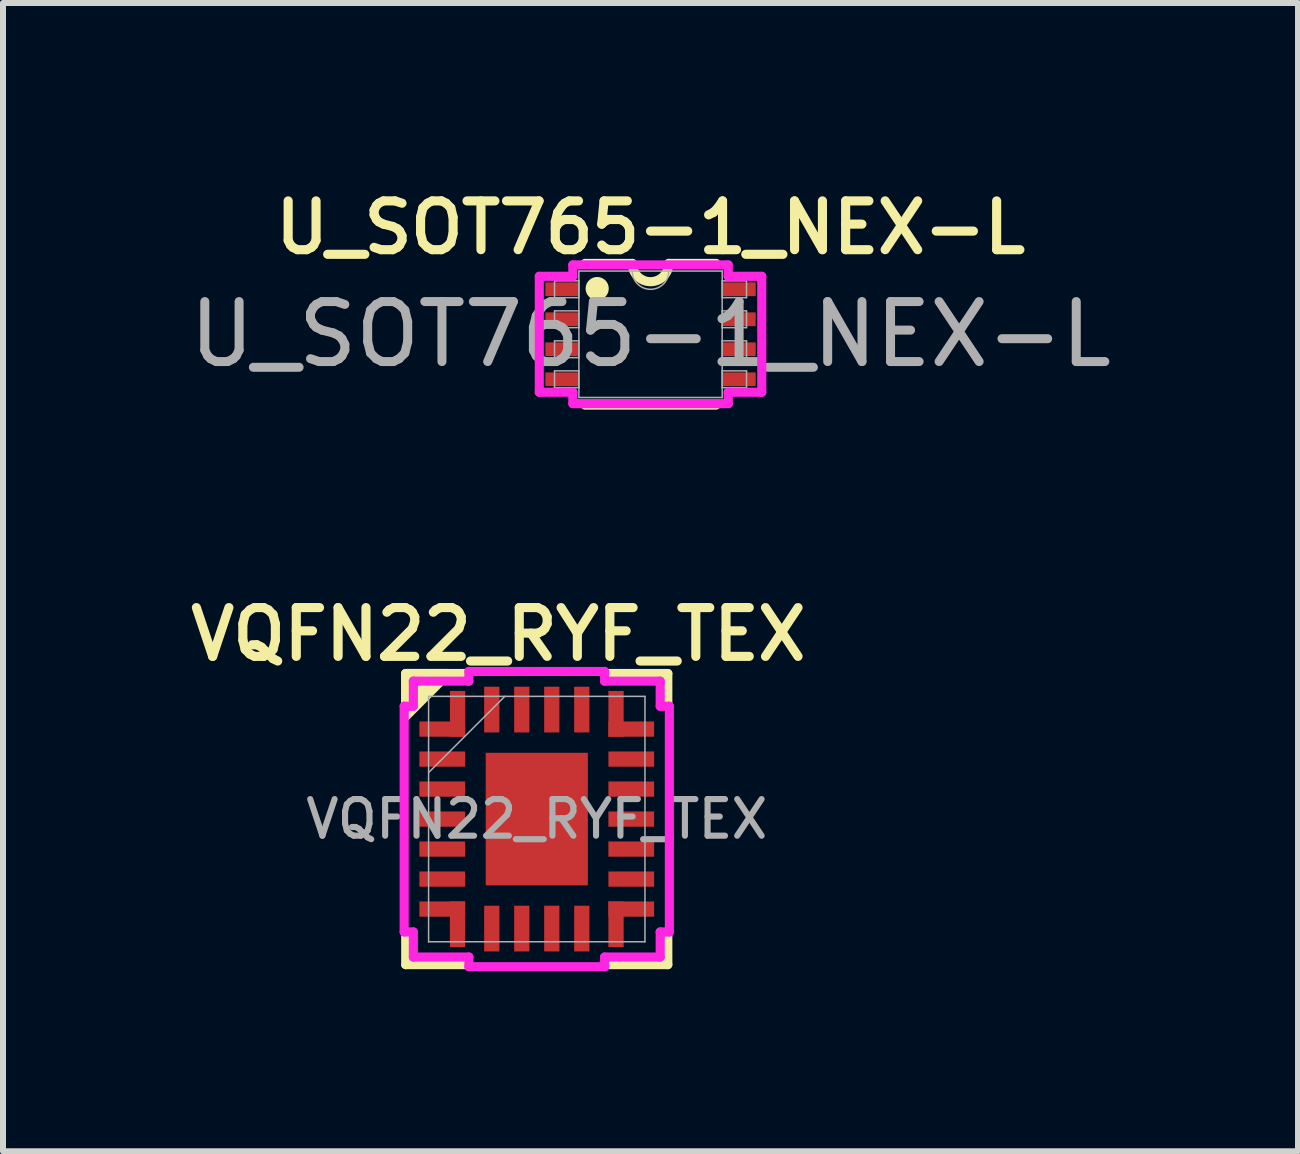
<source format=kicad_pcb>
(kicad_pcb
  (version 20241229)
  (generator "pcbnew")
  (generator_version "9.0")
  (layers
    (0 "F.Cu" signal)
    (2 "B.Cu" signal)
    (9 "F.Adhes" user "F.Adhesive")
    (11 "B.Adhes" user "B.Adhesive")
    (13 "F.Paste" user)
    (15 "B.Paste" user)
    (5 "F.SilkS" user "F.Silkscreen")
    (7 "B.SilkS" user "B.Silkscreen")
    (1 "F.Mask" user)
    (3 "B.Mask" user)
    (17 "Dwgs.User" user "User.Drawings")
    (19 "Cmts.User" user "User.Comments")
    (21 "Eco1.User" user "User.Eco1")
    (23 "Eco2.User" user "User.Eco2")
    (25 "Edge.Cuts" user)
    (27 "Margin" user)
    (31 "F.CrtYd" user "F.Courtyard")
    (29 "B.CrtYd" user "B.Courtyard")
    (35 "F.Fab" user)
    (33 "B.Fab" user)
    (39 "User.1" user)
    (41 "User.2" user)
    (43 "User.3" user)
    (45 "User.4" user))
  (footprint "U_SOT765-1_NEX-L"
    (layer "F.Cu")
    (at 7.792 2.521)
    (property "Reference" "U_SOT765-1_NEX-L" (at 0 -1.778 0) (unlocked yes) (layer "F.SilkS") (effects (font (size 0.813 0.813) (thickness 0.152) (bold yes))))
    (attr smd)
    (fp_line (start -1.091 1.181) (end 1.091 1.181) (stroke (width 0.152) (type solid)) (layer "F.SilkS"))
    (fp_line (start -0.305 -1.181) (end -1.091 -1.181) (stroke (width 0.152) (type solid)) (layer "F.SilkS"))
    (fp_line (start 1.092 -1.181) (end 0.305 -1.181) (stroke (width 0.152) (type solid)) (layer "F.SilkS"))
    (fp_arc (start 0.3048 -1.1811) (mid 0 -0.8763) (end -0.3048 -1.1811) (stroke (width 0.1524) (type solid)) (layer "F.SilkS"))
    (fp_circle (center -0.889 -0.762) (end -0.747 -0.762) (stroke (width 0.102) (type solid)) (fill yes) (layer "F.SilkS"))
    (fp_line (start -1.854 -0.966) (end -1.295 -0.966) (stroke (width 0.152) (type solid)) (layer "F.CrtYd"))
    (fp_line (start -1.854 0.966) (end -1.854 -0.966) (stroke (width 0.152) (type solid)) (layer "F.CrtYd"))
    (fp_line (start -1.854 0.966) (end -1.295 0.966) (stroke (width 0.152) (type solid)) (layer "F.CrtYd"))
    (fp_line (start -1.295 -1.156) (end 1.295 -1.156) (stroke (width 0.152) (type solid)) (layer "F.CrtYd"))
    (fp_line (start -1.295 -0.966) (end -1.295 -1.156) (stroke (width 0.152) (type solid)) (layer "F.CrtYd"))
    (fp_line (start -1.295 1.156) (end -1.295 0.966) (stroke (width 0.152) (type solid)) (layer "F.CrtYd"))
    (fp_line (start 1.295 -1.156) (end 1.295 -0.966) (stroke (width 0.152) (type solid)) (layer "F.CrtYd"))
    (fp_line (start 1.295 0.966) (end 1.295 1.156) (stroke (width 0.152) (type solid)) (layer "F.CrtYd"))
    (fp_line (start 1.295 1.156) (end -1.295 1.156) (stroke (width 0.152) (type solid)) (layer "F.CrtYd"))
    (fp_line (start 1.854 -0.966) (end 1.295 -0.966) (stroke (width 0.152) (type solid)) (layer "F.CrtYd"))
    (fp_line (start 1.854 -0.966) (end 1.854 0.966) (stroke (width 0.152) (type solid)) (layer "F.CrtYd"))
    (fp_line (start 1.854 0.966) (end 1.295 0.966) (stroke (width 0.152) (type solid)) (layer "F.CrtYd"))
    (fp_line (start -1.6 -0.89) (end -1.6 -0.61) (stroke (width 0.025) (type solid)) (layer "F.Fab"))
    (fp_line (start -1.6 -0.61) (end -1.194 -0.61) (stroke (width 0.025) (type solid)) (layer "F.Fab"))
    (fp_line (start -1.6 -0.39) (end -1.6 -0.11) (stroke (width 0.025) (type solid)) (layer "F.Fab"))
    (fp_line (start -1.6 -0.11) (end -1.194 -0.11) (stroke (width 0.025) (type solid)) (layer "F.Fab"))
    (fp_line (start -1.6 0.11) (end -1.6 0.39) (stroke (width 0.025) (type solid)) (layer "F.Fab"))
    (fp_line (start -1.6 0.39) (end -1.194 0.39) (stroke (width 0.025) (type solid)) (layer "F.Fab"))
    (fp_line (start -1.6 0.61) (end -1.6 0.89) (stroke (width 0.025) (type solid)) (layer "F.Fab"))
    (fp_line (start -1.6 0.89) (end -1.194 0.89) (stroke (width 0.025) (type solid)) (layer "F.Fab"))
    (fp_line (start -1.194 -1.054) (end -1.194 1.054) (stroke (width 0.025) (type solid)) (layer "F.Fab"))
    (fp_line (start -1.194 -0.89) (end -1.6 -0.89) (stroke (width 0.025) (type solid)) (layer "F.Fab"))
    (fp_line (start -1.194 -0.61) (end -1.194 -0.89) (stroke (width 0.025) (type solid)) (layer "F.Fab"))
    (fp_line (start -1.194 -0.39) (end -1.6 -0.39) (stroke (width 0.025) (type solid)) (layer "F.Fab"))
    (fp_line (start -1.194 -0.11) (end -1.194 -0.39) (stroke (width 0.025) (type solid)) (layer "F.Fab"))
    (fp_line (start -1.194 0.11) (end -1.6 0.11) (stroke (width 0.025) (type solid)) (layer "F.Fab"))
    (fp_line (start -1.194 0.39) (end -1.194 0.11) (stroke (width 0.025) (type solid)) (layer "F.Fab"))
    (fp_line (start -1.194 0.61) (end -1.6 0.61) (stroke (width 0.025) (type solid)) (layer "F.Fab"))
    (fp_line (start -1.194 0.89) (end -1.194 0.61) (stroke (width 0.025) (type solid)) (layer "F.Fab"))
    (fp_line (start -1.194 1.054) (end 1.194 1.054) (stroke (width 0.025) (type solid)) (layer "F.Fab"))
    (fp_line (start 1.194 -1.054) (end -1.194 -1.054) (stroke (width 0.025) (type solid)) (layer "F.Fab"))
    (fp_line (start 1.194 -0.89) (end 1.194 -0.61) (stroke (width 0.025) (type solid)) (layer "F.Fab"))
    (fp_line (start 1.194 -0.61) (end 1.6 -0.61) (stroke (width 0.025) (type solid)) (layer "F.Fab"))
    (fp_line (start 1.194 -0.39) (end 1.194 -0.11) (stroke (width 0.025) (type solid)) (layer "F.Fab"))
    (fp_line (start 1.194 -0.11) (end 1.6 -0.11) (stroke (width 0.025) (type solid)) (layer "F.Fab"))
    (fp_line (start 1.194 0.11) (end 1.194 0.39) (stroke (width 0.025) (type solid)) (layer "F.Fab"))
    (fp_line (start 1.194 0.39) (end 1.6 0.39) (stroke (width 0.025) (type solid)) (layer "F.Fab"))
    (fp_line (start 1.194 0.61) (end 1.194 0.89) (stroke (width 0.025) (type solid)) (layer "F.Fab"))
    (fp_line (start 1.194 0.89) (end 1.6 0.89) (stroke (width 0.025) (type solid)) (layer "F.Fab"))
    (fp_line (start 1.194 1.054) (end 1.194 -1.054) (stroke (width 0.025) (type solid)) (layer "F.Fab"))
    (fp_line (start 1.6 -0.89) (end 1.194 -0.89) (stroke (width 0.025) (type solid)) (layer "F.Fab"))
    (fp_line (start 1.6 -0.61) (end 1.6 -0.89) (stroke (width 0.025) (type solid)) (layer "F.Fab"))
    (fp_line (start 1.6 -0.39) (end 1.194 -0.39) (stroke (width 0.025) (type solid)) (layer "F.Fab"))
    (fp_line (start 1.6 -0.11) (end 1.6 -0.39) (stroke (width 0.025) (type solid)) (layer "F.Fab"))
    (fp_line (start 1.6 0.11) (end 1.194 0.11) (stroke (width 0.025) (type solid)) (layer "F.Fab"))
    (fp_line (start 1.6 0.39) (end 1.6 0.11) (stroke (width 0.025) (type solid)) (layer "F.Fab"))
    (fp_line (start 1.6 0.61) (end 1.194 0.61) (stroke (width 0.025) (type solid)) (layer "F.Fab"))
    (fp_line (start 1.6 0.89) (end 1.6 0.61) (stroke (width 0.025) (type solid)) (layer "F.Fab"))
    (fp_arc (start 0.3048 -1.0541) (mid 0 -0.7493) (end -0.3048 -1.0541) (stroke (width 0.0254) (type solid)) (layer "F.Fab"))
    (fp_text user "${REFERENCE}" (at 0 0 0) (unlocked yes) (layer "F.Fab") (effects (font (size 1 1) (thickness 0.15))))
    (pad "1" smd rect (at -1.473 -0.75) (size 0.559 0.229) (layers "F.Cu" "F.Mask" "F.Paste"))
    (pad "2" smd rect (at -1.473 -0.25) (size 0.559 0.229) (layers "F.Cu" "F.Mask" "F.Paste"))
    (pad "3" smd rect (at -1.473 0.25) (size 0.559 0.229) (layers "F.Cu" "F.Mask" "F.Paste"))
    (pad "4" smd rect (at -1.473 0.75) (size 0.559 0.229) (layers "F.Cu" "F.Mask" "F.Paste"))
    (pad "5" smd rect (at 1.473 0.75) (size 0.559 0.229) (layers "F.Cu" "F.Mask" "F.Paste"))
    (pad "6" smd rect (at 1.473 0.25) (size 0.559 0.229) (layers "F.Cu" "F.Mask" "F.Paste"))
    (pad "7" smd rect (at 1.473 -0.25) (size 0.559 0.229) (layers "F.Cu" "F.Mask" "F.Paste"))
    (pad "8" smd rect (at 1.473 -0.75) (size 0.559 0.229) (layers "F.Cu" "F.Mask" "F.Paste")))
  (footprint "VQFN22_RYF_TEX"
    (layer "F.Cu")
    (at 5.896 10.601)
    (property "Reference" "VQFN22_RYF_TEX" (at -0.64 -3.08 0) (unlocked yes) (layer "F.SilkS") (effects (font (size 0.813 0.813) (thickness 0.152) (bold yes))))
    (attr smd)
    (fp_poly (pts (xy -1.956 -1.627) (xy -1.956 -1.373) (xy -1.194 -1.373) (xy -1.194 -2.135) (xy -1.448 -2.135) (xy -1.448 -1.627)) (stroke (width 0) (type solid)) (fill yes) (layer "F.Mask"))
    (fp_poly (pts (xy -1.956 1.373) (xy -1.194 1.373) (xy -1.194 2.135) (xy -1.448 2.135) (xy -1.448 1.627) (xy -1.956 1.627)) (stroke (width 0) (type solid)) (fill yes) (layer "F.Mask"))
    (fp_poly (pts (xy 1.194 -2.135) (xy 1.194 -1.373) (xy 1.956 -1.373) (xy 1.956 -1.627) (xy 1.448 -1.627) (xy 1.448 -2.135)) (stroke (width 0) (type solid)) (fill yes) (layer "F.Mask"))
    (fp_poly (pts (xy 1.956 1.373) (xy 1.194 1.373) (xy 1.194 2.135) (xy 1.448 2.135) (xy 1.448 1.627) (xy 1.956 1.627)) (stroke (width 0) (type solid)) (fill yes) (layer "F.Mask"))
    (fp_line (start -2.184 -2.426) (end -2.184 -1.869) (stroke (width 0.152) (type solid)) (layer "F.SilkS"))
    (fp_line (start -2.184 1.869) (end -2.184 2.426) (stroke (width 0.152) (type solid)) (layer "F.SilkS"))
    (fp_line (start -2.184 2.426) (end -1.127 2.426) (stroke (width 0.152) (type solid)) (layer "F.SilkS"))
    (fp_line (start -1.127 -2.426) (end -2.184 -2.426) (stroke (width 0.152) (type solid)) (layer "F.SilkS"))
    (fp_line (start 1.127 2.426) (end 2.184 2.426) (stroke (width 0.152) (type solid)) (layer "F.SilkS"))
    (fp_line (start 2.184 -2.426) (end 1.127 -2.426) (stroke (width 0.152) (type solid)) (layer "F.SilkS"))
    (fp_line (start 2.184 -1.869) (end 2.184 -2.426) (stroke (width 0.152) (type solid)) (layer "F.SilkS"))
    (fp_line (start 2.184 2.426) (end 2.184 1.869) (stroke (width 0.152) (type solid)) (layer "F.SilkS"))
    (fp_poly (pts (xy -2.184 -1.711) (xy -1.472 -2.426) (xy -2.184 -2.426)) (stroke (width 0.152) (type solid)) (fill yes) (layer "F.SilkS"))
    (fp_poly (pts (xy -1.956 -1.627) (xy -1.956 -1.373) (xy -1.194 -1.373) (xy -1.194 -2.135) (xy -1.448 -2.135) (xy -1.448 -1.627)) (stroke (width 0) (type solid)) (fill yes) (layer "F.Paste"))
    (fp_poly (pts (xy -1.956 1.373) (xy -1.194 1.373) (xy -1.194 2.135) (xy -1.448 2.135) (xy -1.448 1.627) (xy -1.956 1.627)) (stroke (width 0) (type solid)) (fill yes) (layer "F.Paste"))
    (fp_poly (pts (xy 1.194 -2.135) (xy 1.194 -1.373) (xy 1.956 -1.373) (xy 1.956 -1.627) (xy 1.448 -1.627) (xy 1.448 -2.135)) (stroke (width 0) (type solid)) (fill yes) (layer "F.Paste"))
    (fp_poly (pts (xy 1.956 1.373) (xy 1.194 1.373) (xy 1.194 2.135) (xy 1.448 2.135) (xy 1.448 1.627) (xy 1.956 1.627)) (stroke (width 0) (type solid)) (fill yes) (layer "F.Paste"))
    (fp_line (start -2.21 -1.881) (end -2.057 -1.881) (stroke (width 0.152) (type solid)) (layer "F.CrtYd"))
    (fp_line (start -2.21 1.881) (end -2.21 -1.881) (stroke (width 0.152) (type solid)) (layer "F.CrtYd"))
    (fp_line (start -2.057 -2.299) (end -1.131 -2.299) (stroke (width 0.152) (type solid)) (layer "F.CrtYd"))
    (fp_line (start -2.057 -1.881) (end -2.057 -2.299) (stroke (width 0.152) (type solid)) (layer "F.CrtYd"))
    (fp_line (start -2.057 1.881) (end -2.21 1.881) (stroke (width 0.152) (type solid)) (layer "F.CrtYd"))
    (fp_line (start -2.057 2.299) (end -2.057 1.881) (stroke (width 0.152) (type solid)) (layer "F.CrtYd"))
    (fp_line (start -1.131 -2.46) (end 1.131 -2.46) (stroke (width 0.152) (type solid)) (layer "F.CrtYd"))
    (fp_line (start -1.131 -2.299) (end -1.131 -2.46) (stroke (width 0.152) (type solid)) (layer "F.CrtYd"))
    (fp_line (start -1.131 2.299) (end -2.057 2.299) (stroke (width 0.152) (type solid)) (layer "F.CrtYd"))
    (fp_line (start -1.131 2.46) (end -1.131 2.299) (stroke (width 0.152) (type solid)) (layer "F.CrtYd"))
    (fp_line (start 1.131 -2.46) (end 1.131 -2.299) (stroke (width 0.152) (type solid)) (layer "F.CrtYd"))
    (fp_line (start 1.131 -2.299) (end 2.057 -2.299) (stroke (width 0.152) (type solid)) (layer "F.CrtYd"))
    (fp_line (start 1.131 2.299) (end 1.131 2.46) (stroke (width 0.152) (type solid)) (layer "F.CrtYd"))
    (fp_line (start 1.131 2.46) (end -1.131 2.46) (stroke (width 0.152) (type solid)) (layer "F.CrtYd"))
    (fp_line (start 2.057 -2.299) (end 2.057 -1.881) (stroke (width 0.152) (type solid)) (layer "F.CrtYd"))
    (fp_line (start 2.057 -1.881) (end 2.21 -1.881) (stroke (width 0.152) (type solid)) (layer "F.CrtYd"))
    (fp_line (start 2.057 1.881) (end 2.057 2.299) (stroke (width 0.152) (type solid)) (layer "F.CrtYd"))
    (fp_line (start 2.057 2.299) (end 1.131 2.299) (stroke (width 0.152) (type solid)) (layer "F.CrtYd"))
    (fp_line (start 2.21 -1.881) (end 2.21 1.881) (stroke (width 0.152) (type solid)) (layer "F.CrtYd"))
    (fp_line (start 2.21 1.881) (end 2.057 1.881) (stroke (width 0.152) (type solid)) (layer "F.CrtYd"))
    (fp_line (start -1.803 -2.045) (end -1.803 2.045) (stroke (width 0.025) (type solid)) (layer "F.Fab"))
    (fp_line (start -1.803 -0.775) (end -0.533 -2.045) (stroke (width 0.025) (type solid)) (layer "F.Fab"))
    (fp_line (start -1.803 2.045) (end 1.803 2.045) (stroke (width 0.025) (type solid)) (layer "F.Fab"))
    (fp_line (start 1.803 -2.045) (end -1.803 -2.045) (stroke (width 0.025) (type solid)) (layer "F.Fab"))
    (fp_line (start 1.803 2.045) (end 1.803 -2.045) (stroke (width 0.025) (type solid)) (layer "F.Fab"))
    (fp_text user "${REFERENCE}" (at 0 0 0) (unlocked yes) (layer "F.Fab") (effects (font (size 0.61 0.61) (thickness 0.102) (bold yes))))
    (pad "1" smd rect (at -1.575 -1.5 90) (size 0.254 0.762) (layers "F.Cu" "F.Mask" "F.Paste"))
    (pad "1" smd rect (at -1.32 -1.754 180) (size 0.254 0.762) (layers "F.Cu" "F.Mask" "F.Paste"))
    (pad "2" smd rect (at -1.575 -1 90) (size 0.254 0.762) (layers "F.Cu" "F.Mask" "F.Paste"))
    (pad "3" smd rect (at -1.575 -0.5 90) (size 0.254 0.762) (layers "F.Cu" "F.Mask" "F.Paste"))
    (pad "4" smd rect (at -1.575 0 90) (size 0.254 0.762) (layers "F.Cu" "F.Mask" "F.Paste"))
    (pad "5" smd rect (at -1.575 0.5 90) (size 0.254 0.762) (layers "F.Cu" "F.Mask" "F.Paste"))
    (pad "6" smd rect (at -1.575 1 90) (size 0.254 0.762) (layers "F.Cu" "F.Mask" "F.Paste"))
    (pad "7" smd rect (at -1.575 1.5 90) (size 0.254 0.762) (layers "F.Cu" "F.Mask" "F.Paste"))
    (pad "7" smd rect (at -1.321 1.754 180) (size 0.254 0.762) (layers "F.Cu" "F.Mask" "F.Paste"))
    (pad "8" smd rect (at -0.75 1.825) (size 0.254 0.762) (layers "F.Cu" "F.Mask" "F.Paste"))
    (pad "9" smd rect (at -0.25 1.825) (size 0.254 0.762) (layers "F.Cu" "F.Mask" "F.Paste"))
    (pad "10" smd rect (at 0.25 1.825) (size 0.254 0.762) (layers "F.Cu" "F.Mask" "F.Paste"))
    (pad "11" smd rect (at 0.75 1.825) (size 0.254 0.762) (layers "F.Cu" "F.Mask" "F.Paste"))
    (pad "12" smd rect (at 1.321 1.754 180) (size 0.254 0.762) (layers "F.Cu" "F.Mask" "F.Paste"))
    (pad "12" smd rect (at 1.575 1.5 90) (size 0.254 0.762) (layers "F.Cu" "F.Mask" "F.Paste"))
    (pad "13" smd rect (at 1.575 1 90) (size 0.254 0.762) (layers "F.Cu" "F.Mask" "F.Paste"))
    (pad "14" smd rect (at 1.575 0.5 90) (size 0.254 0.762) (layers "F.Cu" "F.Mask" "F.Paste"))
    (pad "15" smd rect (at 1.575 0 90) (size 0.254 0.762) (layers "F.Cu" "F.Mask" "F.Paste"))
    (pad "16" smd rect (at 1.575 -0.5 90) (size 0.254 0.762) (layers "F.Cu" "F.Mask" "F.Paste"))
    (pad "17" smd rect (at 1.575 -1 90) (size 0.254 0.762) (layers "F.Cu" "F.Mask" "F.Paste"))
    (pad "18" smd rect (at 1.321 -1.754 180) (size 0.254 0.762) (layers "F.Cu" "F.Mask" "F.Paste"))
    (pad "18" smd rect (at 1.575 -1.5 90) (size 0.254 0.762) (layers "F.Cu" "F.Mask" "F.Paste"))
    (pad "19" smd rect (at 0.75 -1.825) (size 0.254 0.762) (layers "F.Cu" "F.Mask" "F.Paste"))
    (pad "20" smd rect (at 0.25 -1.825) (size 0.254 0.762) (layers "F.Cu" "F.Mask" "F.Paste"))
    (pad "21" smd rect (at -0.25 -1.825) (size 0.254 0.762) (layers "F.Cu" "F.Mask" "F.Paste"))
    (pad "22" smd rect (at -0.75 -1.825) (size 0.254 0.762) (layers "F.Cu" "F.Mask" "F.Paste"))
    (pad "23" smd rect (at 0 0) (size 1.702 2.21) (layers "F.Cu" "F.Mask" "F.Paste")))
  (gr_rect
    (start -3 -3)
    (end 18.583 16.137)
    (stroke (width 0.1) (type default))
    (fill no)
    (layer "Edge.Cuts")))
</source>
